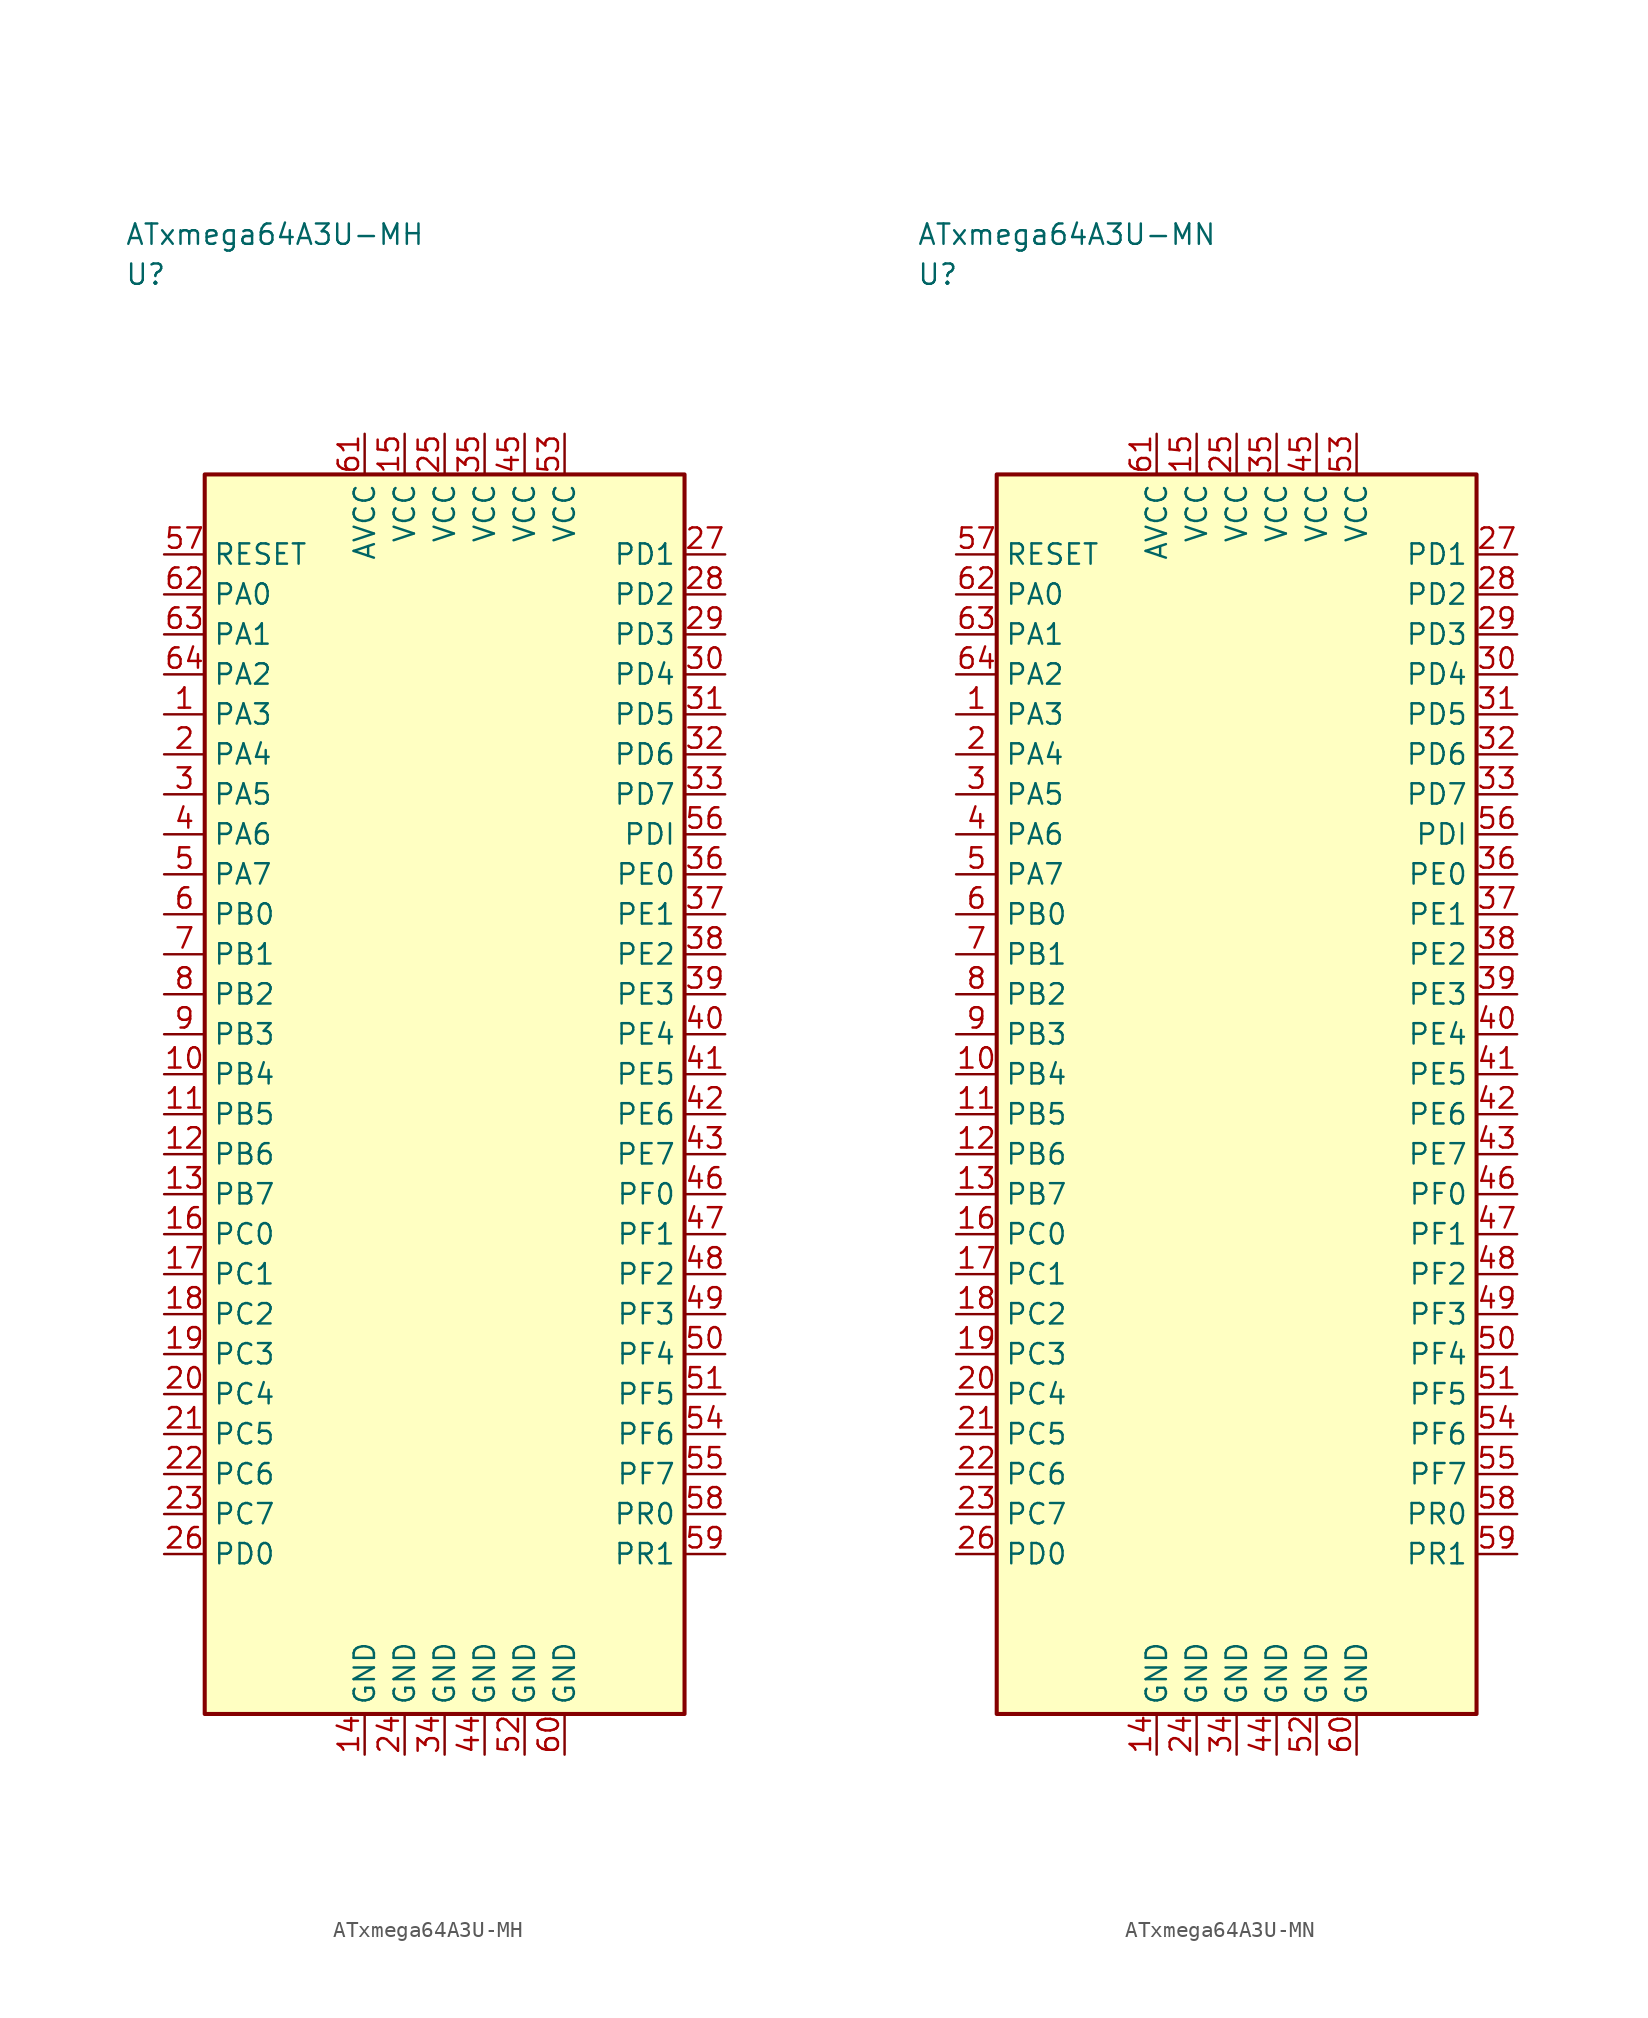
<source format=kicad_sym>
(kicad_symbol_lib
  (version 20241025)
  (generator "kicad_symbol_editor")
  (generator_version "8.0")
  (symbol "ATxmega64A3U-MH"
    (property "Reference" "U"
      (at -20.0 51.25 0)
      (effects (font (size 1.27 1.27)) (justify left)))
    (property "Value" "ATxmega64A3U-MH"
      (at -20.0 53.75 0)
      (effects (font (size 1.27 1.27)) (justify left)))
    (symbol "ATxmega64A3U-MH_0_1"
      (rectangle (start -15.0 38.75) (end 15.0 -38.75) (stroke (width 0.254) (type default)) (fill (type background))))
    (symbol "ATxmega64A3U-MH_1_1"
      (pin bidirectional line (at -17.54 23.75 0.0) (length 2.54) (name "PA3" (effects (font (size 1.27 1.27)))) (number "1" (effects (font (size 1.27 1.27)))))
      (pin bidirectional line (at -17.54 21.25 0.0) (length 2.54) (name "PA4" (effects (font (size 1.27 1.27)))) (number "2" (effects (font (size 1.27 1.27)))))
      (pin bidirectional line (at -17.54 18.75 0.0) (length 2.54) (name "PA5" (effects (font (size 1.27 1.27)))) (number "3" (effects (font (size 1.27 1.27)))))
      (pin bidirectional line (at -17.54 16.25 0.0) (length 2.54) (name "PA6" (effects (font (size 1.27 1.27)))) (number "4" (effects (font (size 1.27 1.27)))))
      (pin bidirectional line (at -17.54 13.75 0.0) (length 2.54) (name "PA7" (effects (font (size 1.27 1.27)))) (number "5" (effects (font (size 1.27 1.27)))))
      (pin bidirectional line (at -17.54 11.25 0.0) (length 2.54) (name "PB0" (effects (font (size 1.27 1.27)))) (number "6" (effects (font (size 1.27 1.27)))))
      (pin bidirectional line (at -17.54 8.75 0.0) (length 2.54) (name "PB1" (effects (font (size 1.27 1.27)))) (number "7" (effects (font (size 1.27 1.27)))))
      (pin bidirectional line (at -17.54 6.25 0.0) (length 2.54) (name "PB2" (effects (font (size 1.27 1.27)))) (number "8" (effects (font (size 1.27 1.27)))))
      (pin bidirectional line (at -17.54 3.75 0.0) (length 2.54) (name "PB3" (effects (font (size 1.27 1.27)))) (number "9" (effects (font (size 1.27 1.27)))))
      (pin bidirectional line (at -17.54 1.25 0.0) (length 2.54) (name "PB4" (effects (font (size 1.27 1.27)))) (number "10" (effects (font (size 1.27 1.27)))))
      (pin bidirectional line (at -17.54 -1.25 0.0) (length 2.54) (name "PB5" (effects (font (size 1.27 1.27)))) (number "11" (effects (font (size 1.27 1.27)))))
      (pin bidirectional line (at -17.54 -3.75 0.0) (length 2.54) (name "PB6" (effects (font (size 1.27 1.27)))) (number "12" (effects (font (size 1.27 1.27)))))
      (pin bidirectional line (at -17.54 -6.25 0.0) (length 2.54) (name "PB7" (effects (font (size 1.27 1.27)))) (number "13" (effects (font (size 1.27 1.27)))))
      (pin passive line (at -5.0 -41.29 90.0) (length 2.54) (name "GND" (effects (font (size 1.27 1.27)))) (number "14" (effects (font (size 1.27 1.27)))))
      (pin power_in line (at -2.5 41.29 270.0) (length 2.54) (name "VCC" (effects (font (size 1.27 1.27)))) (number "15" (effects (font (size 1.27 1.27)))))
      (pin bidirectional line (at -17.54 -8.75 0.0) (length 2.54) (name "PC0" (effects (font (size 1.27 1.27)))) (number "16" (effects (font (size 1.27 1.27)))))
      (pin bidirectional line (at -17.54 -11.25 0.0) (length 2.54) (name "PC1" (effects (font (size 1.27 1.27)))) (number "17" (effects (font (size 1.27 1.27)))))
      (pin bidirectional line (at -17.54 -13.75 0.0) (length 2.54) (name "PC2" (effects (font (size 1.27 1.27)))) (number "18" (effects (font (size 1.27 1.27)))))
      (pin bidirectional line (at -17.54 -16.25 0.0) (length 2.54) (name "PC3" (effects (font (size 1.27 1.27)))) (number "19" (effects (font (size 1.27 1.27)))))
      (pin bidirectional line (at -17.54 -18.75 0.0) (length 2.54) (name "PC4" (effects (font (size 1.27 1.27)))) (number "20" (effects (font (size 1.27 1.27)))))
      (pin bidirectional line (at -17.54 -21.25 0.0) (length 2.54) (name "PC5" (effects (font (size 1.27 1.27)))) (number "21" (effects (font (size 1.27 1.27)))))
      (pin bidirectional line (at -17.54 -23.75 0.0) (length 2.54) (name "PC6" (effects (font (size 1.27 1.27)))) (number "22" (effects (font (size 1.27 1.27)))))
      (pin bidirectional line (at -17.54 -26.25 0.0) (length 2.54) (name "PC7" (effects (font (size 1.27 1.27)))) (number "23" (effects (font (size 1.27 1.27)))))
      (pin passive line (at -2.5 -41.29 90.0) (length 2.54) (name "GND" (effects (font (size 1.27 1.27)))) (number "24" (effects (font (size 1.27 1.27)))))
      (pin power_in line (at 0.0 41.29 270.0) (length 2.54) (name "VCC" (effects (font (size 1.27 1.27)))) (number "25" (effects (font (size 1.27 1.27)))))
      (pin bidirectional line (at -17.54 -28.75 0.0) (length 2.54) (name "PD0" (effects (font (size 1.27 1.27)))) (number "26" (effects (font (size 1.27 1.27)))))
      (pin bidirectional line (at 17.54 33.75 180.0) (length 2.54) (name "PD1" (effects (font (size 1.27 1.27)))) (number "27" (effects (font (size 1.27 1.27)))))
      (pin bidirectional line (at 17.54 31.25 180.0) (length 2.54) (name "PD2" (effects (font (size 1.27 1.27)))) (number "28" (effects (font (size 1.27 1.27)))))
      (pin bidirectional line (at 17.54 28.75 180.0) (length 2.54) (name "PD3" (effects (font (size 1.27 1.27)))) (number "29" (effects (font (size 1.27 1.27)))))
      (pin bidirectional line (at 17.54 26.25 180.0) (length 2.54) (name "PD4" (effects (font (size 1.27 1.27)))) (number "30" (effects (font (size 1.27 1.27)))))
      (pin bidirectional line (at 17.54 23.75 180.0) (length 2.54) (name "PD5" (effects (font (size 1.27 1.27)))) (number "31" (effects (font (size 1.27 1.27)))))
      (pin bidirectional line (at 17.54 21.25 180.0) (length 2.54) (name "PD6" (effects (font (size 1.27 1.27)))) (number "32" (effects (font (size 1.27 1.27)))))
      (pin bidirectional line (at 17.54 18.75 180.0) (length 2.54) (name "PD7" (effects (font (size 1.27 1.27)))) (number "33" (effects (font (size 1.27 1.27)))))
      (pin passive line (at 0.0 -41.29 90.0) (length 2.54) (name "GND" (effects (font (size 1.27 1.27)))) (number "34" (effects (font (size 1.27 1.27)))))
      (pin power_in line (at 2.5 41.29 270.0) (length 2.54) (name "VCC" (effects (font (size 1.27 1.27)))) (number "35" (effects (font (size 1.27 1.27)))))
      (pin bidirectional line (at 17.54 13.75 180.0) (length 2.54) (name "PE0" (effects (font (size 1.27 1.27)))) (number "36" (effects (font (size 1.27 1.27)))))
      (pin bidirectional line (at 17.54 11.25 180.0) (length 2.54) (name "PE1" (effects (font (size 1.27 1.27)))) (number "37" (effects (font (size 1.27 1.27)))))
      (pin bidirectional line (at 17.54 8.75 180.0) (length 2.54) (name "PE2" (effects (font (size 1.27 1.27)))) (number "38" (effects (font (size 1.27 1.27)))))
      (pin bidirectional line (at 17.54 6.25 180.0) (length 2.54) (name "PE3" (effects (font (size 1.27 1.27)))) (number "39" (effects (font (size 1.27 1.27)))))
      (pin bidirectional line (at 17.54 3.75 180.0) (length 2.54) (name "PE4" (effects (font (size 1.27 1.27)))) (number "40" (effects (font (size 1.27 1.27)))))
      (pin bidirectional line (at 17.54 1.25 180.0) (length 2.54) (name "PE5" (effects (font (size 1.27 1.27)))) (number "41" (effects (font (size 1.27 1.27)))))
      (pin bidirectional line (at 17.54 -1.25 180.0) (length 2.54) (name "PE6" (effects (font (size 1.27 1.27)))) (number "42" (effects (font (size 1.27 1.27)))))
      (pin bidirectional line (at 17.54 -3.75 180.0) (length 2.54) (name "PE7" (effects (font (size 1.27 1.27)))) (number "43" (effects (font (size 1.27 1.27)))))
      (pin passive line (at 2.5 -41.29 90.0) (length 2.54) (name "GND" (effects (font (size 1.27 1.27)))) (number "44" (effects (font (size 1.27 1.27)))))
      (pin power_in line (at 5.0 41.29 270.0) (length 2.54) (name "VCC" (effects (font (size 1.27 1.27)))) (number "45" (effects (font (size 1.27 1.27)))))
      (pin bidirectional line (at 17.54 -6.25 180.0) (length 2.54) (name "PF0" (effects (font (size 1.27 1.27)))) (number "46" (effects (font (size 1.27 1.27)))))
      (pin bidirectional line (at 17.54 -8.75 180.0) (length 2.54) (name "PF1" (effects (font (size 1.27 1.27)))) (number "47" (effects (font (size 1.27 1.27)))))
      (pin bidirectional line (at 17.54 -11.25 180.0) (length 2.54) (name "PF2" (effects (font (size 1.27 1.27)))) (number "48" (effects (font (size 1.27 1.27)))))
      (pin bidirectional line (at 17.54 -13.75 180.0) (length 2.54) (name "PF3" (effects (font (size 1.27 1.27)))) (number "49" (effects (font (size 1.27 1.27)))))
      (pin bidirectional line (at 17.54 -16.25 180.0) (length 2.54) (name "PF4" (effects (font (size 1.27 1.27)))) (number "50" (effects (font (size 1.27 1.27)))))
      (pin bidirectional line (at 17.54 -18.75 180.0) (length 2.54) (name "PF5" (effects (font (size 1.27 1.27)))) (number "51" (effects (font (size 1.27 1.27)))))
      (pin passive line (at 5.0 -41.29 90.0) (length 2.54) (name "GND" (effects (font (size 1.27 1.27)))) (number "52" (effects (font (size 1.27 1.27)))))
      (pin power_in line (at 7.5 41.29 270.0) (length 2.54) (name "VCC" (effects (font (size 1.27 1.27)))) (number "53" (effects (font (size 1.27 1.27)))))
      (pin bidirectional line (at 17.54 -21.25 180.0) (length 2.54) (name "PF6" (effects (font (size 1.27 1.27)))) (number "54" (effects (font (size 1.27 1.27)))))
      (pin bidirectional line (at 17.54 -23.75 180.0) (length 2.54) (name "PF7" (effects (font (size 1.27 1.27)))) (number "55" (effects (font (size 1.27 1.27)))))
      (pin bidirectional line (at 17.54 16.25 180.0) (length 2.54) (name "PDI" (effects (font (size 1.27 1.27)))) (number "56" (effects (font (size 1.27 1.27)))))
      (pin input line (at -17.54 33.75 0.0) (length 2.54) (name "RESET" (effects (font (size 1.27 1.27)))) (number "57" (effects (font (size 1.27 1.27)))))
      (pin bidirectional line (at 17.54 -26.25 180.0) (length 2.54) (name "PR0" (effects (font (size 1.27 1.27)))) (number "58" (effects (font (size 1.27 1.27)))))
      (pin bidirectional line (at 17.54 -28.75 180.0) (length 2.54) (name "PR1" (effects (font (size 1.27 1.27)))) (number "59" (effects (font (size 1.27 1.27)))))
      (pin passive line (at 7.5 -41.29 90.0) (length 2.54) (name "GND" (effects (font (size 1.27 1.27)))) (number "60" (effects (font (size 1.27 1.27)))))
      (pin power_in line (at -5.0 41.29 270.0) (length 2.54) (name "AVCC" (effects (font (size 1.27 1.27)))) (number "61" (effects (font (size 1.27 1.27)))))
      (pin bidirectional line (at -17.54 31.25 0.0) (length 2.54) (name "PA0" (effects (font (size 1.27 1.27)))) (number "62" (effects (font (size 1.27 1.27)))))
      (pin bidirectional line (at -17.54 28.75 0.0) (length 2.54) (name "PA1" (effects (font (size 1.27 1.27)))) (number "63" (effects (font (size 1.27 1.27)))))
      (pin bidirectional line (at -17.54 26.25 0.0) (length 2.54) (name "PA2" (effects (font (size 1.27 1.27)))) (number "64" (effects (font (size 1.27 1.27)))))))
  (symbol "ATxmega64A3U-MN"
    (property "Reference" "U"
      (at -20.0 51.25 0)
      (effects (font (size 1.27 1.27)) (justify left)))
    (property "Value" "ATxmega64A3U-MN"
      (at -20.0 53.75 0)
      (effects (font (size 1.27 1.27)) (justify left)))
    (symbol "ATxmega64A3U-MN_0_1"
      (rectangle (start -15.0 38.75) (end 15.0 -38.75) (stroke (width 0.254) (type default)) (fill (type background))))
    (symbol "ATxmega64A3U-MN_1_1"
      (pin bidirectional line (at -17.54 23.75 0.0) (length 2.54) (name "PA3" (effects (font (size 1.27 1.27)))) (number "1" (effects (font (size 1.27 1.27)))))
      (pin bidirectional line (at -17.54 21.25 0.0) (length 2.54) (name "PA4" (effects (font (size 1.27 1.27)))) (number "2" (effects (font (size 1.27 1.27)))))
      (pin bidirectional line (at -17.54 18.75 0.0) (length 2.54) (name "PA5" (effects (font (size 1.27 1.27)))) (number "3" (effects (font (size 1.27 1.27)))))
      (pin bidirectional line (at -17.54 16.25 0.0) (length 2.54) (name "PA6" (effects (font (size 1.27 1.27)))) (number "4" (effects (font (size 1.27 1.27)))))
      (pin bidirectional line (at -17.54 13.75 0.0) (length 2.54) (name "PA7" (effects (font (size 1.27 1.27)))) (number "5" (effects (font (size 1.27 1.27)))))
      (pin bidirectional line (at -17.54 11.25 0.0) (length 2.54) (name "PB0" (effects (font (size 1.27 1.27)))) (number "6" (effects (font (size 1.27 1.27)))))
      (pin bidirectional line (at -17.54 8.75 0.0) (length 2.54) (name "PB1" (effects (font (size 1.27 1.27)))) (number "7" (effects (font (size 1.27 1.27)))))
      (pin bidirectional line (at -17.54 6.25 0.0) (length 2.54) (name "PB2" (effects (font (size 1.27 1.27)))) (number "8" (effects (font (size 1.27 1.27)))))
      (pin bidirectional line (at -17.54 3.75 0.0) (length 2.54) (name "PB3" (effects (font (size 1.27 1.27)))) (number "9" (effects (font (size 1.27 1.27)))))
      (pin bidirectional line (at -17.54 1.25 0.0) (length 2.54) (name "PB4" (effects (font (size 1.27 1.27)))) (number "10" (effects (font (size 1.27 1.27)))))
      (pin bidirectional line (at -17.54 -1.25 0.0) (length 2.54) (name "PB5" (effects (font (size 1.27 1.27)))) (number "11" (effects (font (size 1.27 1.27)))))
      (pin bidirectional line (at -17.54 -3.75 0.0) (length 2.54) (name "PB6" (effects (font (size 1.27 1.27)))) (number "12" (effects (font (size 1.27 1.27)))))
      (pin bidirectional line (at -17.54 -6.25 0.0) (length 2.54) (name "PB7" (effects (font (size 1.27 1.27)))) (number "13" (effects (font (size 1.27 1.27)))))
      (pin passive line (at -5.0 -41.29 90.0) (length 2.54) (name "GND" (effects (font (size 1.27 1.27)))) (number "14" (effects (font (size 1.27 1.27)))))
      (pin power_in line (at -2.5 41.29 270.0) (length 2.54) (name "VCC" (effects (font (size 1.27 1.27)))) (number "15" (effects (font (size 1.27 1.27)))))
      (pin bidirectional line (at -17.54 -8.75 0.0) (length 2.54) (name "PC0" (effects (font (size 1.27 1.27)))) (number "16" (effects (font (size 1.27 1.27)))))
      (pin bidirectional line (at -17.54 -11.25 0.0) (length 2.54) (name "PC1" (effects (font (size 1.27 1.27)))) (number "17" (effects (font (size 1.27 1.27)))))
      (pin bidirectional line (at -17.54 -13.75 0.0) (length 2.54) (name "PC2" (effects (font (size 1.27 1.27)))) (number "18" (effects (font (size 1.27 1.27)))))
      (pin bidirectional line (at -17.54 -16.25 0.0) (length 2.54) (name "PC3" (effects (font (size 1.27 1.27)))) (number "19" (effects (font (size 1.27 1.27)))))
      (pin bidirectional line (at -17.54 -18.75 0.0) (length 2.54) (name "PC4" (effects (font (size 1.27 1.27)))) (number "20" (effects (font (size 1.27 1.27)))))
      (pin bidirectional line (at -17.54 -21.25 0.0) (length 2.54) (name "PC5" (effects (font (size 1.27 1.27)))) (number "21" (effects (font (size 1.27 1.27)))))
      (pin bidirectional line (at -17.54 -23.75 0.0) (length 2.54) (name "PC6" (effects (font (size 1.27 1.27)))) (number "22" (effects (font (size 1.27 1.27)))))
      (pin bidirectional line (at -17.54 -26.25 0.0) (length 2.54) (name "PC7" (effects (font (size 1.27 1.27)))) (number "23" (effects (font (size 1.27 1.27)))))
      (pin passive line (at -2.5 -41.29 90.0) (length 2.54) (name "GND" (effects (font (size 1.27 1.27)))) (number "24" (effects (font (size 1.27 1.27)))))
      (pin power_in line (at 0.0 41.29 270.0) (length 2.54) (name "VCC" (effects (font (size 1.27 1.27)))) (number "25" (effects (font (size 1.27 1.27)))))
      (pin bidirectional line (at -17.54 -28.75 0.0) (length 2.54) (name "PD0" (effects (font (size 1.27 1.27)))) (number "26" (effects (font (size 1.27 1.27)))))
      (pin bidirectional line (at 17.54 33.75 180.0) (length 2.54) (name "PD1" (effects (font (size 1.27 1.27)))) (number "27" (effects (font (size 1.27 1.27)))))
      (pin bidirectional line (at 17.54 31.25 180.0) (length 2.54) (name "PD2" (effects (font (size 1.27 1.27)))) (number "28" (effects (font (size 1.27 1.27)))))
      (pin bidirectional line (at 17.54 28.75 180.0) (length 2.54) (name "PD3" (effects (font (size 1.27 1.27)))) (number "29" (effects (font (size 1.27 1.27)))))
      (pin bidirectional line (at 17.54 26.25 180.0) (length 2.54) (name "PD4" (effects (font (size 1.27 1.27)))) (number "30" (effects (font (size 1.27 1.27)))))
      (pin bidirectional line (at 17.54 23.75 180.0) (length 2.54) (name "PD5" (effects (font (size 1.27 1.27)))) (number "31" (effects (font (size 1.27 1.27)))))
      (pin bidirectional line (at 17.54 21.25 180.0) (length 2.54) (name "PD6" (effects (font (size 1.27 1.27)))) (number "32" (effects (font (size 1.27 1.27)))))
      (pin bidirectional line (at 17.54 18.75 180.0) (length 2.54) (name "PD7" (effects (font (size 1.27 1.27)))) (number "33" (effects (font (size 1.27 1.27)))))
      (pin passive line (at 0.0 -41.29 90.0) (length 2.54) (name "GND" (effects (font (size 1.27 1.27)))) (number "34" (effects (font (size 1.27 1.27)))))
      (pin power_in line (at 2.5 41.29 270.0) (length 2.54) (name "VCC" (effects (font (size 1.27 1.27)))) (number "35" (effects (font (size 1.27 1.27)))))
      (pin bidirectional line (at 17.54 13.75 180.0) (length 2.54) (name "PE0" (effects (font (size 1.27 1.27)))) (number "36" (effects (font (size 1.27 1.27)))))
      (pin bidirectional line (at 17.54 11.25 180.0) (length 2.54) (name "PE1" (effects (font (size 1.27 1.27)))) (number "37" (effects (font (size 1.27 1.27)))))
      (pin bidirectional line (at 17.54 8.75 180.0) (length 2.54) (name "PE2" (effects (font (size 1.27 1.27)))) (number "38" (effects (font (size 1.27 1.27)))))
      (pin bidirectional line (at 17.54 6.25 180.0) (length 2.54) (name "PE3" (effects (font (size 1.27 1.27)))) (number "39" (effects (font (size 1.27 1.27)))))
      (pin bidirectional line (at 17.54 3.75 180.0) (length 2.54) (name "PE4" (effects (font (size 1.27 1.27)))) (number "40" (effects (font (size 1.27 1.27)))))
      (pin bidirectional line (at 17.54 1.25 180.0) (length 2.54) (name "PE5" (effects (font (size 1.27 1.27)))) (number "41" (effects (font (size 1.27 1.27)))))
      (pin bidirectional line (at 17.54 -1.25 180.0) (length 2.54) (name "PE6" (effects (font (size 1.27 1.27)))) (number "42" (effects (font (size 1.27 1.27)))))
      (pin bidirectional line (at 17.54 -3.75 180.0) (length 2.54) (name "PE7" (effects (font (size 1.27 1.27)))) (number "43" (effects (font (size 1.27 1.27)))))
      (pin passive line (at 2.5 -41.29 90.0) (length 2.54) (name "GND" (effects (font (size 1.27 1.27)))) (number "44" (effects (font (size 1.27 1.27)))))
      (pin power_in line (at 5.0 41.29 270.0) (length 2.54) (name "VCC" (effects (font (size 1.27 1.27)))) (number "45" (effects (font (size 1.27 1.27)))))
      (pin bidirectional line (at 17.54 -6.25 180.0) (length 2.54) (name "PF0" (effects (font (size 1.27 1.27)))) (number "46" (effects (font (size 1.27 1.27)))))
      (pin bidirectional line (at 17.54 -8.75 180.0) (length 2.54) (name "PF1" (effects (font (size 1.27 1.27)))) (number "47" (effects (font (size 1.27 1.27)))))
      (pin bidirectional line (at 17.54 -11.25 180.0) (length 2.54) (name "PF2" (effects (font (size 1.27 1.27)))) (number "48" (effects (font (size 1.27 1.27)))))
      (pin bidirectional line (at 17.54 -13.75 180.0) (length 2.54) (name "PF3" (effects (font (size 1.27 1.27)))) (number "49" (effects (font (size 1.27 1.27)))))
      (pin bidirectional line (at 17.54 -16.25 180.0) (length 2.54) (name "PF4" (effects (font (size 1.27 1.27)))) (number "50" (effects (font (size 1.27 1.27)))))
      (pin bidirectional line (at 17.54 -18.75 180.0) (length 2.54) (name "PF5" (effects (font (size 1.27 1.27)))) (number "51" (effects (font (size 1.27 1.27)))))
      (pin passive line (at 5.0 -41.29 90.0) (length 2.54) (name "GND" (effects (font (size 1.27 1.27)))) (number "52" (effects (font (size 1.27 1.27)))))
      (pin power_in line (at 7.5 41.29 270.0) (length 2.54) (name "VCC" (effects (font (size 1.27 1.27)))) (number "53" (effects (font (size 1.27 1.27)))))
      (pin bidirectional line (at 17.54 -21.25 180.0) (length 2.54) (name "PF6" (effects (font (size 1.27 1.27)))) (number "54" (effects (font (size 1.27 1.27)))))
      (pin bidirectional line (at 17.54 -23.75 180.0) (length 2.54) (name "PF7" (effects (font (size 1.27 1.27)))) (number "55" (effects (font (size 1.27 1.27)))))
      (pin bidirectional line (at 17.54 16.25 180.0) (length 2.54) (name "PDI" (effects (font (size 1.27 1.27)))) (number "56" (effects (font (size 1.27 1.27)))))
      (pin input line (at -17.54 33.75 0.0) (length 2.54) (name "RESET" (effects (font (size 1.27 1.27)))) (number "57" (effects (font (size 1.27 1.27)))))
      (pin bidirectional line (at 17.54 -26.25 180.0) (length 2.54) (name "PR0" (effects (font (size 1.27 1.27)))) (number "58" (effects (font (size 1.27 1.27)))))
      (pin bidirectional line (at 17.54 -28.75 180.0) (length 2.54) (name "PR1" (effects (font (size 1.27 1.27)))) (number "59" (effects (font (size 1.27 1.27)))))
      (pin passive line (at 7.5 -41.29 90.0) (length 2.54) (name "GND" (effects (font (size 1.27 1.27)))) (number "60" (effects (font (size 1.27 1.27)))))
      (pin power_in line (at -5.0 41.29 270.0) (length 2.54) (name "AVCC" (effects (font (size 1.27 1.27)))) (number "61" (effects (font (size 1.27 1.27)))))
      (pin bidirectional line (at -17.54 31.25 0.0) (length 2.54) (name "PA0" (effects (font (size 1.27 1.27)))) (number "62" (effects (font (size 1.27 1.27)))))
      (pin bidirectional line (at -17.54 28.75 0.0) (length 2.54) (name "PA1" (effects (font (size 1.27 1.27)))) (number "63" (effects (font (size 1.27 1.27)))))
      (pin bidirectional line (at -17.54 26.25 0.0) (length 2.54) (name "PA2" (effects (font (size 1.27 1.27)))) (number "64" (effects (font (size 1.27 1.27))))))))
</source>
